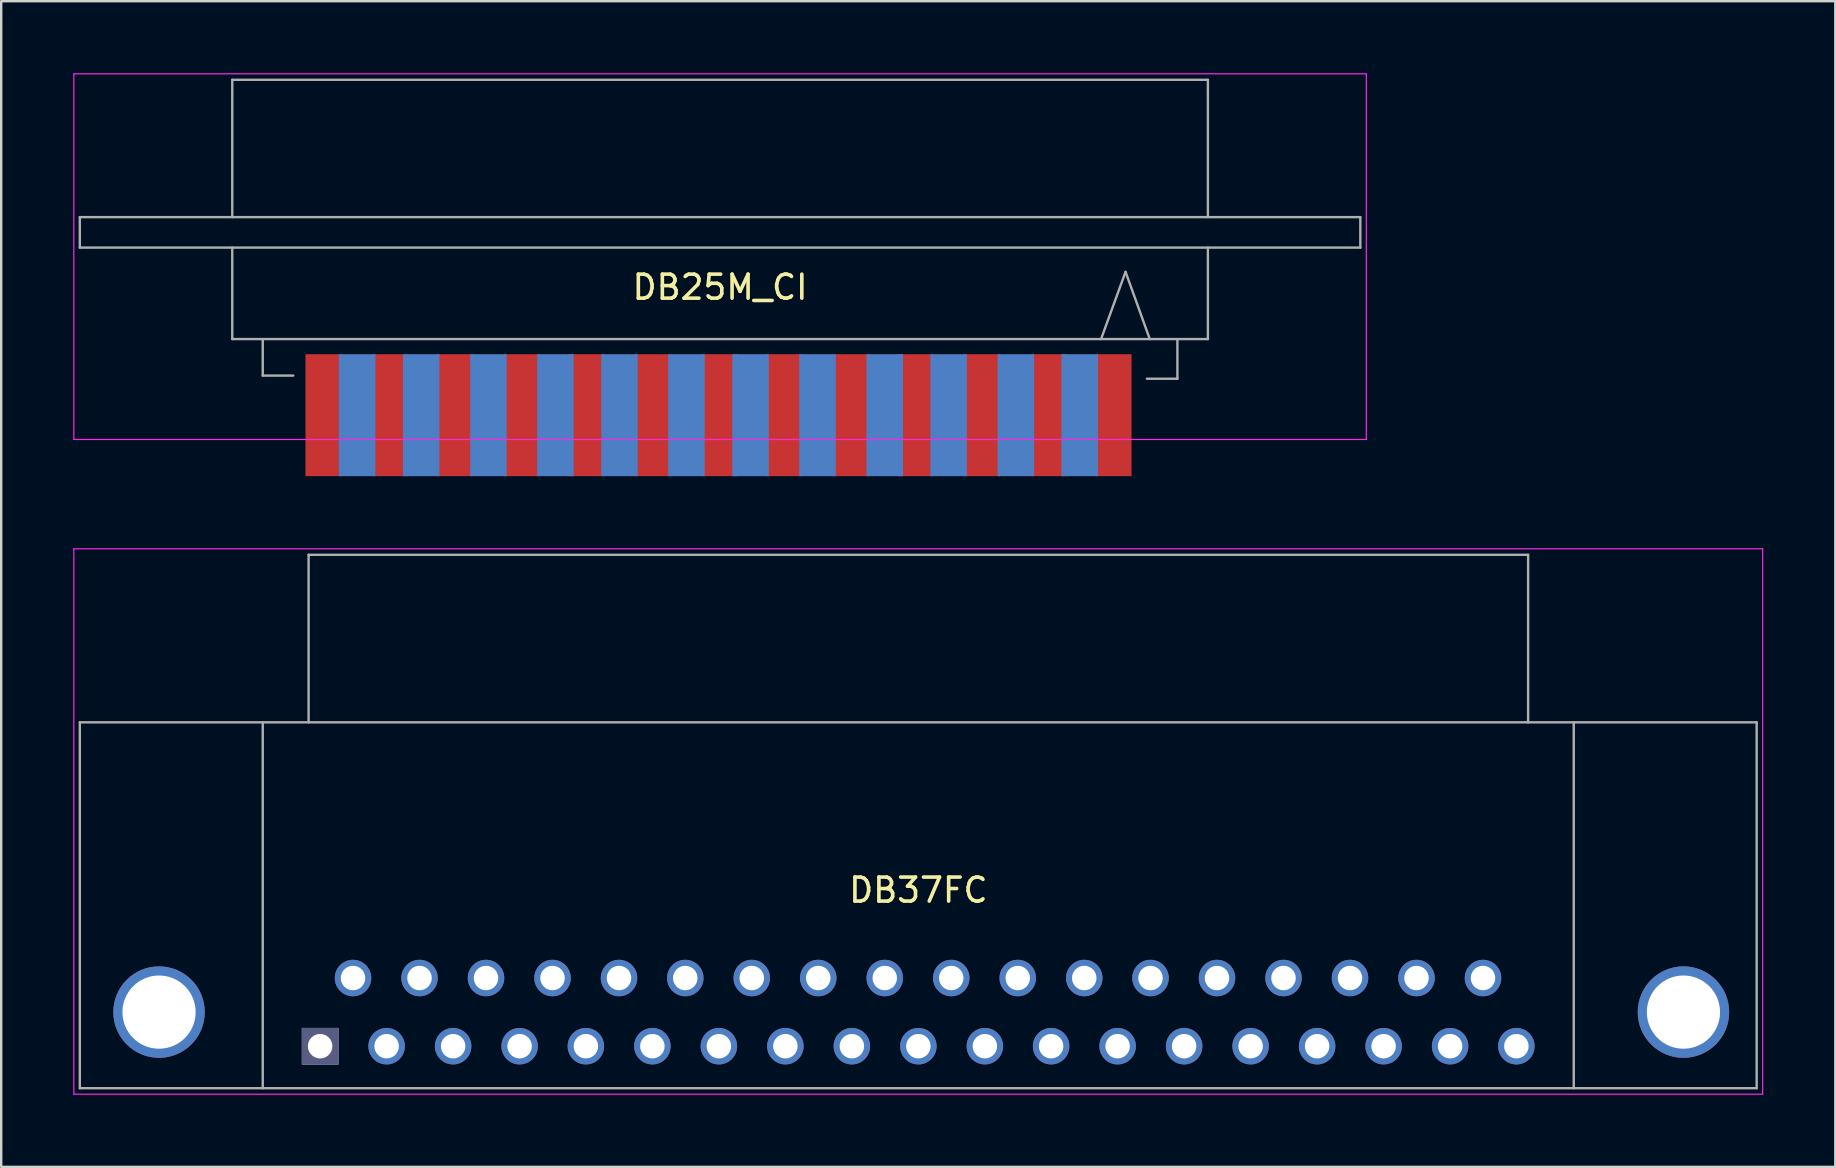
<source format=kicad_pcb>
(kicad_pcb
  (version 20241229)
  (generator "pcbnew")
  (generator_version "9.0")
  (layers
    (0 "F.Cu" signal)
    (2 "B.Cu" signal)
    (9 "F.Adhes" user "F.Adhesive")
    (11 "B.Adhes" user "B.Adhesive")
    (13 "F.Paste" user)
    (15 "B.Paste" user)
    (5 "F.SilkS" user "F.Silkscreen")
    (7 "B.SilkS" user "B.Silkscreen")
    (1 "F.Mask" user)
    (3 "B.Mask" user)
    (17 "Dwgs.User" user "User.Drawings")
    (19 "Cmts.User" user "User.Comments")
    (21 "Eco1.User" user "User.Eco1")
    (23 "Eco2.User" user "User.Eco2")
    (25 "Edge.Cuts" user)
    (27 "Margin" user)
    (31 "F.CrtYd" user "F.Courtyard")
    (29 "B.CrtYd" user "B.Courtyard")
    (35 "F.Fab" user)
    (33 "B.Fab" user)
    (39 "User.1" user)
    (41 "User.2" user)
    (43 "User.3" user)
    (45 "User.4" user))
  (footprint "DB37FC"
    (layer "F.Cu")
    (at 10.285 40.53)
    (property "Reference" "DB37FC" (at 24.92 -6.5 180) (layer "F.SilkS") (effects (font (size 1 1) (thickness 0.15))))
    (attr through_hole)
    (fp_line (start -10.26 -20.72) (end -10.26 2) (stroke (width 0.05) (type solid)) (layer "F.CrtYd"))
    (fp_line (start -10.26 -20.72) (end 60.09 -20.72) (stroke (width 0.05) (type solid)) (layer "F.CrtYd"))
    (fp_line (start 60.09 2) (end -10.26 2) (stroke (width 0.05) (type solid)) (layer "F.CrtYd"))
    (fp_line (start 60.09 2) (end 60.09 -20.72) (stroke (width 0.05) (type solid)) (layer "F.CrtYd"))
    (fp_line (start -10.01 -13.49) (end 59.84 -13.49) (stroke (width 0.1) (type solid)) (layer "F.Fab"))
    (fp_line (start -10.01 1.75) (end -10.01 -13.49) (stroke (width 0.1) (type solid)) (layer "F.Fab"))
    (fp_line (start -2.39 -13.49) (end -2.39 1.75) (stroke (width 0.1) (type solid)) (layer "F.Fab"))
    (fp_line (start -0.48 -20.47) (end -0.48 -13.49) (stroke (width 0.1) (type solid)) (layer "F.Fab"))
    (fp_line (start 50.32 -20.47) (end -0.48 -20.47) (stroke (width 0.1) (type solid)) (layer "F.Fab"))
    (fp_line (start 50.32 -13.49) (end 50.32 -20.47) (stroke (width 0.1) (type solid)) (layer "F.Fab"))
    (fp_line (start 52.22 -13.49) (end 52.22 1.75) (stroke (width 0.1) (type solid)) (layer "F.Fab"))
    (fp_line (start 59.84 -13.49) (end 59.84 1.75) (stroke (width 0.1) (type solid)) (layer "F.Fab"))
    (fp_line (start 59.84 1.75) (end -10.01 1.75) (stroke (width 0.1) (type solid)) (layer "F.Fab"))
    (pad "1" thru_hole rect (at 0 0 180) (size 1.52 1.52) (drill 1.02) (layers "*.Cu" "*.Mask" "*.Fab"))
    (pad "2" thru_hole circle (at 2.77 0 180) (size 1.52 1.52) (drill 1.02) (layers "*.Cu" "*.Mask"))
    (pad "3" thru_hole circle (at 5.54 0 180) (size 1.52 1.52) (drill 1.02) (layers "*.Cu" "*.Mask"))
    (pad "4" thru_hole circle (at 8.31 0 180) (size 1.52 1.52) (drill 1.02) (layers "*.Cu" "*.Mask"))
    (pad "5" thru_hole circle (at 11.07 0 180) (size 1.52 1.52) (drill 1.02) (layers "*.Cu" "*.Mask"))
    (pad "6" thru_hole circle (at 13.84 0 180) (size 1.52 1.52) (drill 1.02) (layers "*.Cu" "*.Mask"))
    (pad "7" thru_hole circle (at 16.61 0 180) (size 1.52 1.52) (drill 1.02) (layers "*.Cu" "*.Mask"))
    (pad "8" thru_hole circle (at 19.38 0 180) (size 1.52 1.52) (drill 1.02) (layers "*.Cu" "*.Mask"))
    (pad "9" thru_hole circle (at 22.15 0 180) (size 1.52 1.52) (drill 1.02) (layers "*.Cu" "*.Mask"))
    (pad "10" thru_hole circle (at 24.92 0 180) (size 1.52 1.52) (drill 1.02) (layers "*.Cu" "*.Mask"))
    (pad "11" thru_hole circle (at 27.69 0 180) (size 1.52 1.52) (drill 1.02) (layers "*.Cu" "*.Mask"))
    (pad "12" thru_hole circle (at 30.45 0 180) (size 1.52 1.52) (drill 1.02) (layers "*.Cu" "*.Mask"))
    (pad "13" thru_hole circle (at 33.22 0 180) (size 1.52 1.52) (drill 1.02) (layers "*.Cu" "*.Mask"))
    (pad "14" thru_hole circle (at 35.99 0 180) (size 1.52 1.52) (drill 1.02) (layers "*.Cu" "*.Mask"))
    (pad "15" thru_hole circle (at 38.76 0 180) (size 1.52 1.52) (drill 1.02) (layers "*.Cu" "*.Mask"))
    (pad "16" thru_hole circle (at 41.53 0 180) (size 1.52 1.52) (drill 1.02) (layers "*.Cu" "*.Mask"))
    (pad "17" thru_hole circle (at 44.3 0 180) (size 1.52 1.52) (drill 1.02) (layers "*.Cu" "*.Mask"))
    (pad "18" thru_hole circle (at 47.07 0 180) (size 1.52 1.52) (drill 1.02) (layers "*.Cu" "*.Mask"))
    (pad "19" thru_hole circle (at 49.83 0 180) (size 1.52 1.52) (drill 1.02) (layers "*.Cu" "*.Mask"))
    (pad "20" thru_hole circle (at 1.37 -2.84 180) (size 1.52 1.52) (drill 1.02) (layers "*.Cu" "*.Mask"))
    (pad "21" thru_hole circle (at 4.14 -2.84 180) (size 1.52 1.52) (drill 1.02) (layers "*.Cu" "*.Mask"))
    (pad "22" thru_hole circle (at 6.91 -2.84 180) (size 1.52 1.52) (drill 1.02) (layers "*.Cu" "*.Mask"))
    (pad "23" thru_hole circle (at 9.68 -2.84 180) (size 1.52 1.52) (drill 1.02) (layers "*.Cu" "*.Mask"))
    (pad "24" thru_hole circle (at 12.45 -2.84 180) (size 1.52 1.52) (drill 1.02) (layers "*.Cu" "*.Mask"))
    (pad "25" thru_hole circle (at 15.21 -2.84 180) (size 1.52 1.52) (drill 1.02) (layers "*.Cu" "*.Mask"))
    (pad "26" thru_hole circle (at 17.98 -2.84 180) (size 1.52 1.52) (drill 1.02) (layers "*.Cu" "*.Mask"))
    (pad "27" thru_hole circle (at 20.75 -2.84 180) (size 1.52 1.52) (drill 1.02) (layers "*.Cu" "*.Mask"))
    (pad "28" thru_hole circle (at 23.52 -2.84 180) (size 1.52 1.52) (drill 1.02) (layers "*.Cu" "*.Mask"))
    (pad "29" thru_hole circle (at 26.29 -2.84 180) (size 1.52 1.52) (drill 1.02) (layers "*.Cu" "*.Mask"))
    (pad "30" thru_hole circle (at 29.06 -2.84 180) (size 1.52 1.52) (drill 1.02) (layers "*.Cu" "*.Mask"))
    (pad "31" thru_hole circle (at 31.83 -2.84 180) (size 1.52 1.52) (drill 1.02) (layers "*.Cu" "*.Mask"))
    (pad "32" thru_hole circle (at 34.59 -2.84 180) (size 1.52 1.52) (drill 1.02) (layers "*.Cu" "*.Mask"))
    (pad "33" thru_hole circle (at 37.36 -2.84 180) (size 1.52 1.52) (drill 1.02) (layers "*.Cu" "*.Mask"))
    (pad "34" thru_hole circle (at 40.13 -2.84 180) (size 1.52 1.52) (drill 1.02) (layers "*.Cu" "*.Mask"))
    (pad "35" thru_hole circle (at 42.9 -2.84 180) (size 1.52 1.52) (drill 1.02) (layers "*.Cu" "*.Mask"))
    (pad "36" thru_hole circle (at 45.67 -2.84 180) (size 1.52 1.52) (drill 1.02) (layers "*.Cu" "*.Mask"))
    (pad "37" thru_hole circle (at 48.44 -2.84 180) (size 1.52 1.52) (drill 1.02) (layers "*.Cu" "*.Mask"))
    (pad "?" thru_hole circle (at -6.71 -1.42 180) (size 3.81 3.81) (drill 3.05) (layers "*.Cu" "*.Mask"))
    (pad "?" thru_hole circle (at 56.79 -1.42 180) (size 3.81 3.81) (drill 3.05) (layers "*.Cu" "*.Mask")))
  (footprint "DB25M_CI"
    (layer "F.Cu")
    (at 43.325 14.245)
    (property "Reference" "DB25M_CI" (at -16.38 -5.33 180) (layer "F.SilkS") (effects (font (size 1 1) (thickness 0.15))))
    (attr through_hole)
    (fp_line (start -43.3 -14.22) (end -43.3 1.01) (stroke (width 0.05) (type solid)) (layer "F.CrtYd"))
    (fp_line (start -43.3 -14.22) (end 10.54 -14.22) (stroke (width 0.05) (type solid)) (layer "F.CrtYd"))
    (fp_line (start 10.54 1.01) (end -43.3 1.01) (stroke (width 0.05) (type solid)) (layer "F.CrtYd"))
    (fp_line (start 10.54 1.01) (end 10.54 -14.22) (stroke (width 0.05) (type solid)) (layer "F.CrtYd"))
    (fp_line (start -43.05 -8.25) (end -43.05 -6.98) (stroke (width 0.1) (type solid)) (layer "F.Fab"))
    (fp_line (start -43.05 -6.98) (end 10.29 -6.98) (stroke (width 0.1) (type solid)) (layer "F.Fab"))
    (fp_line (start -36.7 -13.97) (end 3.94 -13.97) (stroke (width 0.1) (type solid)) (layer "F.Fab"))
    (fp_line (start -36.7 -8.25) (end -36.7 -13.97) (stroke (width 0.1) (type solid)) (layer "F.Fab"))
    (fp_line (start -36.7 -3.17) (end -36.7 -6.98) (stroke (width 0.1) (type solid)) (layer "F.Fab"))
    (fp_line (start -35.43 -3.17) (end -35.43 -1.65) (stroke (width 0.1) (type solid)) (layer "F.Fab"))
    (fp_line (start -35.43 -1.65) (end -34.16 -1.65) (stroke (width 0.1) (type solid)) (layer "F.Fab"))
    (fp_line (start -0.51 -3.17) (end 0.51 -5.97) (stroke (width 0.1) (type solid)) (layer "F.Fab"))
    (fp_line (start 0.51 -5.97) (end 1.52 -3.17) (stroke (width 0.1) (type solid)) (layer "F.Fab"))
    (fp_line (start 2.67 -3.17) (end 2.67 -1.52) (stroke (width 0.1) (type solid)) (layer "F.Fab"))
    (fp_line (start 2.67 -1.52) (end 1.4 -1.52) (stroke (width 0.1) (type solid)) (layer "F.Fab"))
    (fp_line (start 3.94 -13.97) (end 3.94 -8.25) (stroke (width 0.1) (type solid)) (layer "F.Fab"))
    (fp_line (start 3.94 -6.98) (end 3.94 -3.17) (stroke (width 0.1) (type solid)) (layer "F.Fab"))
    (fp_line (start 3.94 -3.17) (end -36.7 -3.17) (stroke (width 0.1) (type solid)) (layer "F.Fab"))
    (fp_line (start 10.29 -8.25) (end -43.05 -8.25) (stroke (width 0.1) (type solid)) (layer "F.Fab"))
    (fp_line (start 10.29 -8.25) (end 10.29 -6.98) (stroke (width 0.1) (type solid)) (layer "F.Fab"))
    (pad "1" connect rect (at 0 0 90) (size 5.08 1.52) (layers "F.Cu" "F.Mask"))
    (pad "2" connect rect (at -2.67 0 90) (size 5.08 1.52) (layers "F.Cu" "F.Mask"))
    (pad "3" connect rect (at -5.46 0 90) (size 5.08 1.52) (layers "F.Cu" "F.Mask"))
    (pad "4" connect rect (at -8.25 0 90) (size 5.08 1.52) (layers "F.Cu" "F.Mask"))
    (pad "5" connect rect (at -10.92 0 90) (size 5.08 1.52) (layers "F.Cu" "F.Mask"))
    (pad "6" connect rect (at -13.72 0 90) (size 5.08 1.52) (layers "F.Cu" "F.Mask"))
    (pad "7" connect rect (at -16.38 0 90) (size 5.08 1.52) (layers "F.Cu" "F.Mask"))
    (pad "8" connect rect (at -19.18 0 90) (size 5.08 1.52) (layers "F.Cu" "F.Mask"))
    (pad "9" connect rect (at -21.97 0 90) (size 5.08 1.52) (layers "F.Cu" "F.Mask"))
    (pad "10" connect rect (at -24.64 0 90) (size 5.08 1.52) (layers "F.Cu" "F.Mask"))
    (pad "11" connect rect (at -27.43 0 90) (size 5.08 1.52) (layers "F.Cu" "F.Mask"))
    (pad "12" connect rect (at -30.1 0 90) (size 5.08 1.52) (layers "F.Cu" "F.Mask"))
    (pad "13" connect rect (at -32.89 0 90) (size 5.08 1.52) (layers "F.Cu" "F.Mask"))
    (pad "14" connect rect (at -1.4 0 90) (size 5.08 1.52) (layers "B.Cu" "B.Mask"))
    (pad "15" connect rect (at -4.06 0 90) (size 5.08 1.52) (layers "B.Cu" "B.Mask"))
    (pad "16" connect rect (at -6.86 0 90) (size 5.08 1.52) (layers "B.Cu" "B.Mask"))
    (pad "17" connect rect (at -9.52 0 90) (size 5.08 1.52) (layers "B.Cu" "B.Mask"))
    (pad "18" connect rect (at -12.32 0 90) (size 5.08 1.52) (layers "B.Cu" "B.Mask"))
    (pad "19" connect rect (at -15.11 0 90) (size 5.08 1.52) (layers "B.Cu" "B.Mask"))
    (pad "20" connect rect (at -17.78 0 90) (size 5.08 1.52) (layers "B.Cu" "B.Mask"))
    (pad "21" connect rect (at -20.57 0 90) (size 5.08 1.52) (layers "B.Cu" "B.Mask"))
    (pad "22" connect rect (at -23.24 0 90) (size 5.08 1.52) (layers "B.Cu" "B.Mask"))
    (pad "23" connect rect (at -26.03 0 90) (size 5.08 1.52) (layers "B.Cu" "B.Mask"))
    (pad "24" connect rect (at -28.83 0 90) (size 5.08 1.52) (layers "B.Cu" "B.Mask"))
    (pad "25" connect rect (at -31.5 0 90) (size 5.08 1.52) (layers "B.Cu" "B.Mask")))
  (gr_rect
    (start -3 -3)
    (end 73.4 45.555)
    (stroke (width 0.1) (type default))
    (fill no)
    (layer "Edge.Cuts")))
</source>
